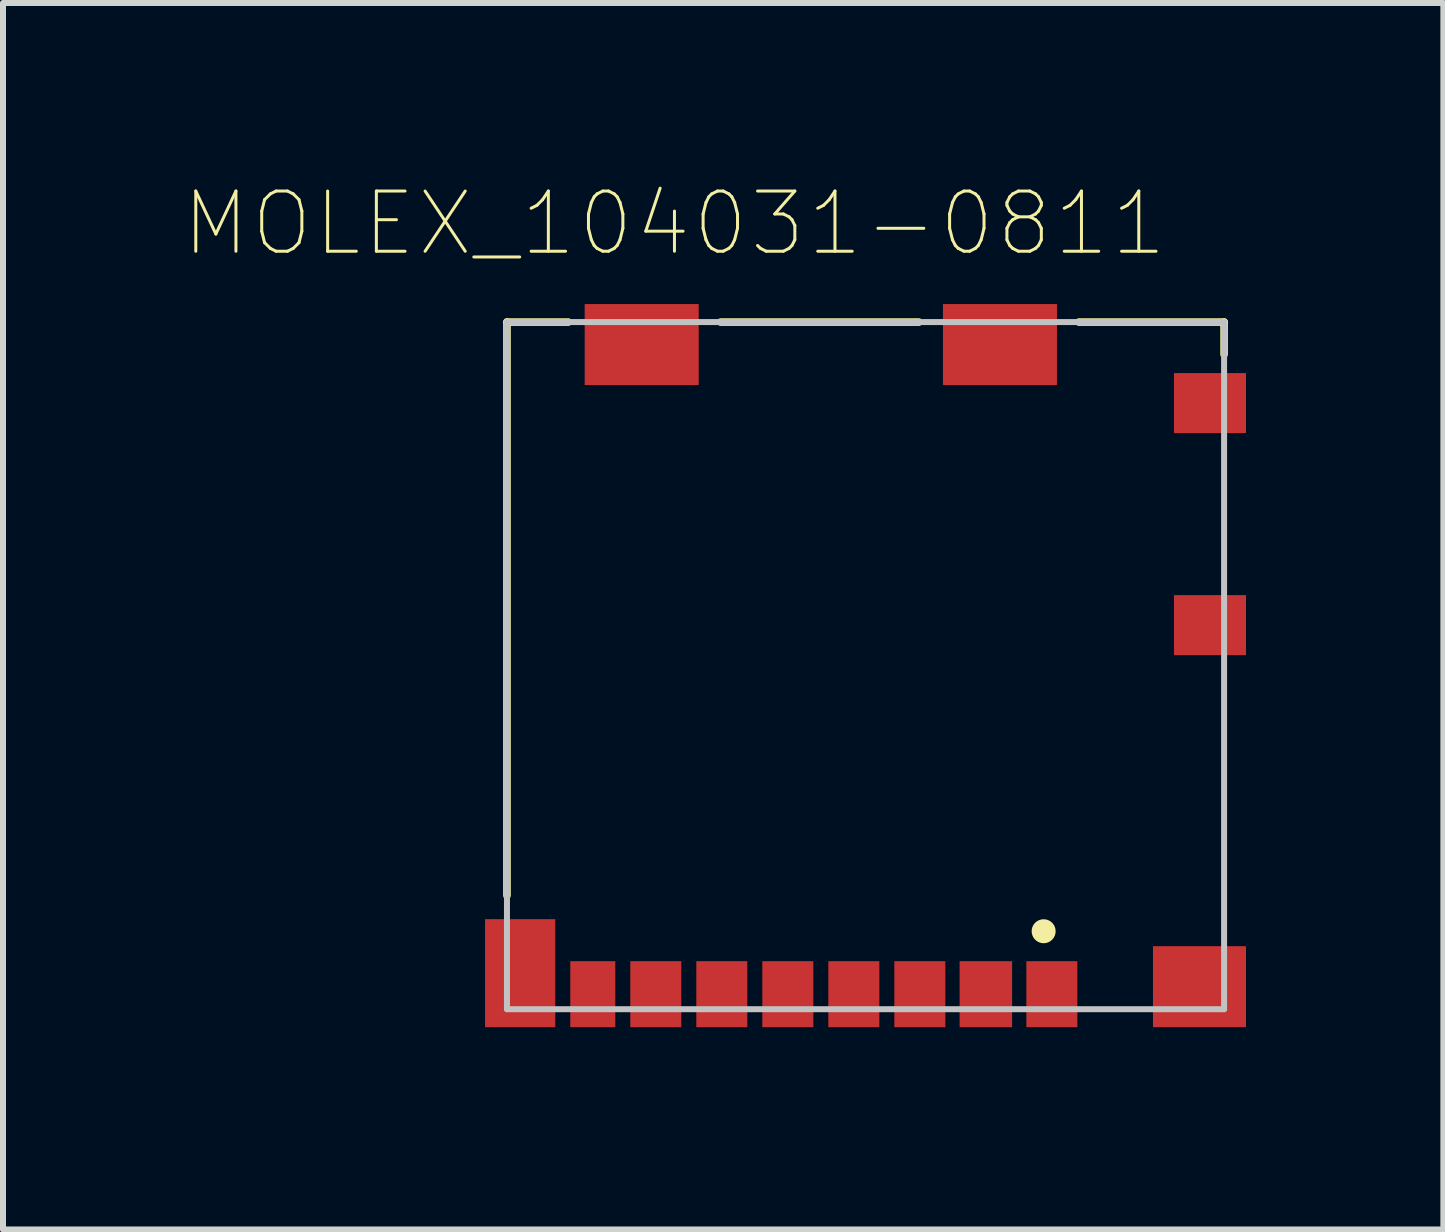
<source format=kicad_pcb>
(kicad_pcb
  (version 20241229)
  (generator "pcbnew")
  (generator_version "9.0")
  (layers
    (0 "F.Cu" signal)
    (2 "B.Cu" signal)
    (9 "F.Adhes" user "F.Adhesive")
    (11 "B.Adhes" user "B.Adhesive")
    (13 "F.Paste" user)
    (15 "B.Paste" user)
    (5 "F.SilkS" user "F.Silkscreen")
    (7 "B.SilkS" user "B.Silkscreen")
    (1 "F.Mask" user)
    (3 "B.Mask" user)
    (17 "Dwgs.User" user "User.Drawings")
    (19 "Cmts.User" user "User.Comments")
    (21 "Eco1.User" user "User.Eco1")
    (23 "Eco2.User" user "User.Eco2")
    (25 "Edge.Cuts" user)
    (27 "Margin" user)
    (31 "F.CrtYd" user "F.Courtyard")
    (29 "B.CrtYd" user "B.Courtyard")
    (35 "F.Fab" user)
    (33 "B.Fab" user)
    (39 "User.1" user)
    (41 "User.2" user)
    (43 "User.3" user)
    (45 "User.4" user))
  (footprint "MOLEX_104031-0811"
    (layer "F.Cu")
    (at 11.373 8.317)
    (property "Reference" "MOLEX_104031-0811" (at -3.184 -7.642 0) (layer "F.SilkS") (effects (font (size 1.003 1.003) (thickness 0.05))))
    (attr smd)
    (fp_line (start -5.975 -6) (end -5.975 3.556) (stroke (width 0.127) (type solid)) (layer "F.SilkS"))
    (fp_line (start -4.953 -6) (end -5.975 -6) (stroke (width 0.127) (type solid)) (layer "F.SilkS"))
    (fp_line (start 0.889 -6) (end -2.413 -6) (stroke (width 0.127) (type solid)) (layer "F.SilkS"))
    (fp_line (start 3.556 -6) (end 5.975 -6) (stroke (width 0.127) (type solid)) (layer "F.SilkS"))
    (fp_line (start 5.975 -6) (end 5.975 -5.461) (stroke (width 0.127) (type solid)) (layer "F.SilkS"))
    (fp_circle (center 2.968 4.151) (end 3.068 4.151) (stroke (width 0.2) (type solid)) (fill no) (layer "F.SilkS"))
    (fp_line (start -5.975 -6) (end 5.975 -6) (stroke (width 0.1) (type solid)) (layer "Dwgs.User"))
    (fp_line (start -5.975 5.45) (end -5.975 -6) (stroke (width 0.1) (type solid)) (layer "Dwgs.User"))
    (fp_line (start 5.975 -6) (end 5.975 5.45) (stroke (width 0.1) (type solid)) (layer "Dwgs.User"))
    (fp_line (start 5.975 5.45) (end -5.975 5.45) (stroke (width 0.1) (type solid)) (layer "Dwgs.User"))
    (fp_line (start -6.731 -6.604) (end -6.731 6.096) (stroke (width 0.05) (type solid)) (layer "Eco1.User"))
    (fp_line (start -6.731 6.096) (end 6.604 6.096) (stroke (width 0.05) (type solid)) (layer "Eco1.User"))
    (fp_line (start 6.604 -6.604) (end -6.731 -6.604) (stroke (width 0.05) (type solid)) (layer "Eco1.User"))
    (fp_line (start 6.604 6.096) (end 6.604 -6.604) (stroke (width 0.05) (type solid)) (layer "Eco1.User"))
    (pad "1" smd rect (at 3.105 5.2) (size 0.85 1.1) (layers "F.Cu" "F.Mask" "F.Paste"))
    (pad "2" smd rect (at 2.005 5.2) (size 0.875 1.1) (layers "F.Cu" "F.Mask" "F.Paste"))
    (pad "3" smd rect (at 0.905 5.2) (size 0.85 1.1) (layers "F.Cu" "F.Mask" "F.Paste"))
    (pad "4" smd rect (at -0.195 5.2) (size 0.85 1.1) (layers "F.Cu" "F.Mask" "F.Paste"))
    (pad "5" smd rect (at -1.295 5.2) (size 0.85 1.1) (layers "F.Cu" "F.Mask" "F.Paste"))
    (pad "6" smd rect (at -2.395 5.2) (size 0.85 1.1) (layers "F.Cu" "F.Mask" "F.Paste"))
    (pad "7" smd rect (at -3.495 5.2) (size 0.85 1.1) (layers "F.Cu" "F.Mask" "F.Paste"))
    (pad "8" smd rect (at -4.545 5.2) (size 0.75 1.1) (layers "F.Cu" "F.Mask" "F.Paste"))
    (pad "9" smd rect (at 5.74 -0.95) (size 1.2 1) (layers "F.Cu" "F.Mask" "F.Paste"))
    (pad "10" smd rect (at 5.74 -4.65) (size 1.2 1) (layers "F.Cu" "F.Mask" "F.Paste"))
    (pad "11" smd rect (at -5.755 4.85) (size 1.17 1.8) (layers "F.Cu" "F.Mask" "F.Paste"))
    (pad "11" smd rect (at -3.73 -5.625) (size 1.9 1.35) (layers "F.Cu" "F.Mask" "F.Paste"))
    (pad "11" smd rect (at 2.24 -5.625) (size 1.9 1.35) (layers "F.Cu" "F.Mask" "F.Paste"))
    (pad "11" smd rect (at 5.565 5.075) (size 1.55 1.35) (layers "F.Cu" "F.Mask" "F.Paste")))
  (gr_rect
    (start -3 -3)
    (end 21.002 17.438)
    (stroke (width 0.1) (type default))
    (fill no)
    (layer "Edge.Cuts")))
</source>
